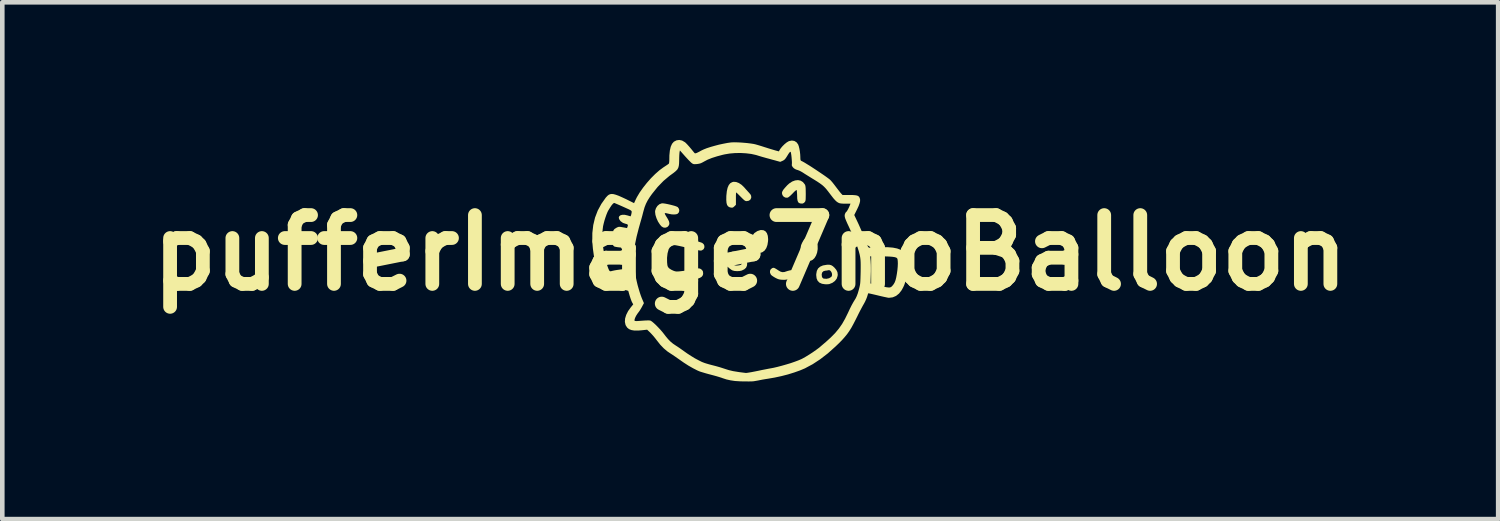
<source format=kicad_pcb>
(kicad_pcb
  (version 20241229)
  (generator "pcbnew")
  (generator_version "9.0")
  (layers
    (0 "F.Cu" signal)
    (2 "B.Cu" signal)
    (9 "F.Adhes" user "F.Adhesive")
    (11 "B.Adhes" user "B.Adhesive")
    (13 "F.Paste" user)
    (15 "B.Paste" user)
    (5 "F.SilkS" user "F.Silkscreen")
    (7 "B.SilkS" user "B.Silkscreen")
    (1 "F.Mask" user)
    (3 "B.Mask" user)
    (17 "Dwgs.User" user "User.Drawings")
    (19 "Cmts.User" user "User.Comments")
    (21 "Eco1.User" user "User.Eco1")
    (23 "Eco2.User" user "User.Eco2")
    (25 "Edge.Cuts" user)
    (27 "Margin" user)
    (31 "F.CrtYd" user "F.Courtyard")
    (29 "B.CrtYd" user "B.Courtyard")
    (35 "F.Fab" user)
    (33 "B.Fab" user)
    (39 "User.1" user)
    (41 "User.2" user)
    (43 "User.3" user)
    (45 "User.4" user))
  (footprint "pufferImage7noBalloon"
    (layer "F.Cu")
    (at 13.154 2.459)
    (property "Reference" "pufferImage7noBalloon" (at 0.146 0 0) (layer "F.SilkS") (effects (font (size 1.5 1.5) (thickness 0.3))))
    (attr board_only exclude_from_pos_files exclude_from_bom)
    (fp_poly (pts (xy 0.369 -0.495) (xy 0.301 -0.473) (xy 0.238 -0.431) (xy 0.232 -0.425) (xy 0.207 -0.392) (xy 0.185 -0.344) (xy 0.169 -0.29) (xy 0.161 -0.237) (xy 0.162 -0.199) (xy 0.173 -0.157) (xy 0.194 -0.109) (xy 0.218 -0.064) (xy 0.243 -0.031) (xy 0.247 -0.027) (xy 0.283 -0.007) (xy 0.331 0.001) (xy 0.38 -0.002) (xy 0.411 -0.013) (xy 0.459 -0.048) (xy 0.496 -0.102) (xy 0.521 -0.171) (xy 0.534 -0.253) (xy 0.536 -0.297) (xy 0.529 -0.37) (xy 0.509 -0.428) (xy 0.477 -0.469) (xy 0.434 -0.492) (xy 0.381 -0.496)) (stroke (width 0) (type solid)) (fill yes) (layer "F.SilkS"))
    (fp_poly (pts (xy 1.396 -0.353) (xy 1.351 -0.326) (xy 1.311 -0.278) (xy 1.281 -0.226) (xy 1.262 -0.185) (xy 1.251 -0.152) (xy 1.246 -0.117) (xy 1.244 -0.07) (xy 1.244 -0.056) (xy 1.245 -0.007) (xy 1.248 0.026) (xy 1.256 0.051) (xy 1.268 0.074) (xy 1.274 0.082) (xy 1.318 0.131) (xy 1.368 0.163) (xy 1.421 0.176) (xy 1.473 0.17) (xy 1.507 0.153) (xy 1.546 0.116) (xy 1.579 0.062) (xy 1.603 -0.002) (xy 1.615 -0.072) (xy 1.616 -0.084) (xy 1.615 -0.158) (xy 1.604 -0.218) (xy 1.579 -0.269) (xy 1.545 -0.311) (xy 1.516 -0.34) (xy 1.494 -0.355) (xy 1.47 -0.361) (xy 1.448 -0.362)) (stroke (width 0) (type solid)) (fill yes) (layer "F.SilkS"))
    (fp_poly (pts (xy 0.633 0.331) (xy 0.626 0.334) (xy 0.594 0.358) (xy 0.577 0.393) (xy 0.577 0.433) (xy 0.594 0.473) (xy 0.602 0.483) (xy 0.62 0.499) (xy 0.651 0.52) (xy 0.689 0.543) (xy 0.691 0.544) (xy 0.735 0.566) (xy 0.772 0.579) (xy 0.813 0.586) (xy 0.847 0.588) (xy 0.899 0.589) (xy 0.938 0.584) (xy 0.97 0.574) (xy 0.977 0.571) (xy 1.011 0.548) (xy 1.045 0.516) (xy 1.073 0.48) (xy 1.09 0.447) (xy 1.094 0.429) (xy 1.085 0.399) (xy 1.061 0.383) (xy 1.02 0.381) (xy 0.965 0.395) (xy 0.946 0.401) (xy 0.891 0.419) (xy 0.847 0.422) (xy 0.806 0.411) (xy 0.765 0.387) (xy 0.72 0.358) (xy 0.688 0.339) (xy 0.666 0.329) (xy 0.649 0.327)) (stroke (width 0) (type solid)) (fill yes) (layer "F.SilkS"))
    (fp_poly (pts (xy -1.78 -1.078) (xy -1.832 -1.059) (xy -1.876 -1.022) (xy -1.908 -0.973) (xy -1.926 -0.917) (xy -1.928 -0.892) (xy -1.92 -0.826) (xy -1.897 -0.753) (xy -1.864 -0.68) (xy -1.821 -0.614) (xy -1.791 -0.578) (xy -1.751 -0.552) (xy -1.708 -0.546) (xy -1.666 -0.559) (xy -1.645 -0.576) (xy -1.622 -0.608) (xy -1.616 -0.644) (xy -1.625 -0.687) (xy -1.652 -0.74) (xy -1.666 -0.763) (xy -1.689 -0.8) (xy -1.707 -0.832) (xy -1.716 -0.852) (xy -1.716 -0.855) (xy -1.715 -0.862) (xy -1.707 -0.865) (xy -1.69 -0.864) (xy -1.66 -0.857) (xy -1.612 -0.846) (xy -1.563 -0.837) (xy -1.512 -0.835) (xy -1.468 -0.839) (xy -1.439 -0.849) (xy -1.411 -0.878) (xy -1.4 -0.915) (xy -1.406 -0.955) (xy -1.43 -0.991) (xy -1.434 -0.995) (xy -1.455 -1.006) (xy -1.492 -1.02) (xy -1.542 -1.034) (xy -1.597 -1.048) (xy -1.654 -1.061) (xy -1.706 -1.071) (xy -1.749 -1.077) (xy -1.778 -1.078)) (stroke (width 0) (type solid)) (fill yes) (layer "F.SilkS"))
    (fp_poly (pts (xy -0.248 -1.539) (xy -0.29 -1.515) (xy -0.322 -1.475) (xy -0.347 -1.418) (xy -0.364 -1.343) (xy -0.374 -1.248) (xy -0.375 -1.231) (xy -0.376 -1.15) (xy -0.371 -1.088) (xy -0.359 -1.043) (xy -0.337 -1.012) (xy -0.306 -0.993) (xy -0.274 -0.985) (xy -0.245 -0.983) (xy -0.223 -0.992) (xy -0.2 -1.012) (xy -0.166 -1.046) (xy -0.166 -1.181) (xy -0.166 -1.233) (xy -0.165 -1.275) (xy -0.163 -1.305) (xy -0.16 -1.316) (xy -0.16 -1.316) (xy -0.151 -1.308) (xy -0.129 -1.288) (xy -0.098 -1.257) (xy -0.062 -1.221) (xy -0.021 -1.18) (xy 0.008 -1.153) (xy 0.03 -1.136) (xy 0.049 -1.128) (xy 0.067 -1.126) (xy 0.07 -1.126) (xy 0.116 -1.135) (xy 0.149 -1.159) (xy 0.167 -1.197) (xy 0.168 -1.215) (xy 0.165 -1.243) (xy 0.153 -1.269) (xy 0.128 -1.299) (xy 0.121 -1.307) (xy 0.089 -1.342) (xy 0.051 -1.384) (xy 0.017 -1.423) (xy -0.041 -1.48) (xy -0.101 -1.52) (xy -0.161 -1.543) (xy -0.217 -1.547)) (stroke (width 0) (type solid)) (fill yes) (layer "F.SilkS"))
    (fp_poly (pts (xy 1.82 0.261) (xy 1.81 0.262) (xy 1.73 0.276) (xy 1.669 0.303) (xy 1.624 0.342) (xy 1.597 0.395) (xy 1.585 0.463) (xy 1.584 0.486) (xy 1.592 0.557) (xy 1.615 0.611) (xy 1.653 0.65) (xy 1.709 0.675) (xy 1.771 0.685) (xy 1.813 0.687) (xy 1.851 0.684) (xy 1.869 0.682) (xy 1.938 0.654) (xy 1.992 0.614) (xy 2.031 0.563) (xy 2.05 0.504) (xy 2.051 0.491) (xy 1.929 0.491) (xy 1.917 0.52) (xy 1.91 0.527) (xy 1.864 0.555) (xy 1.809 0.567) (xy 1.75 0.563) (xy 1.743 0.562) (xy 1.72 0.544) (xy 1.708 0.519) (xy 1.703 0.469) (xy 1.714 0.429) (xy 1.741 0.402) (xy 1.781 0.39) (xy 1.787 0.39) (xy 1.822 0.386) (xy 1.845 0.38) (xy 1.873 0.379) (xy 1.897 0.395) (xy 1.916 0.423) (xy 1.928 0.457) (xy 1.929 0.491) (xy 2.051 0.491) (xy 2.053 0.475) (xy 2.046 0.421) (xy 2.022 0.373) (xy 1.988 0.331) (xy 1.947 0.292) (xy 1.91 0.27) (xy 1.87 0.26)) (stroke (width 0) (type solid)) (fill yes) (layer "F.SilkS"))
    (fp_poly (pts (xy 1.125 -1.577) (xy 1.06 -1.553) (xy 0.996 -1.511) (xy 0.952 -1.471) (xy 0.901 -1.415) (xy 0.865 -1.371) (xy 0.845 -1.335) (xy 0.837 -1.306) (xy 0.837 -1.302) (xy 0.847 -1.259) (xy 0.872 -1.225) (xy 0.908 -1.204) (xy 0.949 -1.2) (xy 0.969 -1.205) (xy 0.989 -1.218) (xy 1.019 -1.243) (xy 1.054 -1.277) (xy 1.073 -1.296) (xy 1.105 -1.33) (xy 1.133 -1.354) (xy 1.151 -1.367) (xy 1.157 -1.368) (xy 1.161 -1.353) (xy 1.164 -1.322) (xy 1.167 -1.278) (xy 1.168 -1.247) (xy 1.17 -1.18) (xy 1.178 -1.133) (xy 1.192 -1.101) (xy 1.214 -1.083) (xy 1.246 -1.074) (xy 1.257 -1.073) (xy 1.291 -1.074) (xy 1.316 -1.087) (xy 1.328 -1.099) (xy 1.339 -1.111) (xy 1.346 -1.124) (xy 1.351 -1.142) (xy 1.354 -1.168) (xy 1.355 -1.207) (xy 1.356 -1.263) (xy 1.356 -1.292) (xy 1.355 -1.357) (xy 1.354 -1.404) (xy 1.351 -1.438) (xy 1.347 -1.462) (xy 1.34 -1.481) (xy 1.333 -1.494) (xy 1.293 -1.542) (xy 1.244 -1.572) (xy 1.187 -1.584)) (stroke (width 0) (type solid)) (fill yes) (layer "F.SilkS"))
    (fp_poly (pts (xy -0.241 -0.024) (xy -0.3 -0.003) (xy -0.35 0.036) (xy -0.365 0.055) (xy -0.398 0.115) (xy -0.409 0.173) (xy -0.397 0.23) (xy -0.363 0.285) (xy -0.333 0.317) (xy -0.298 0.347) (xy -0.263 0.372) (xy -0.239 0.385) (xy -0.197 0.396) (xy -0.144 0.4) (xy -0.09 0.398) (xy -0.045 0.389) (xy -0.038 0.387) (xy 0.018 0.359) (xy 0.055 0.325) (xy 0.074 0.282) (xy 0.079 0.241) (xy -0.037 0.241) (xy -0.056 0.261) (xy -0.094 0.273) (xy -0.146 0.278) (xy -0.18 0.276) (xy -0.205 0.268) (xy -0.231 0.248) (xy -0.244 0.236) (xy -0.274 0.204) (xy -0.286 0.178) (xy -0.282 0.154) (xy -0.264 0.129) (xy -0.245 0.112) (xy -0.221 0.103) (xy -0.185 0.099) (xy -0.175 0.099) (xy -0.136 0.1) (xy -0.106 0.105) (xy -0.095 0.11) (xy -0.079 0.13) (xy -0.062 0.161) (xy -0.047 0.195) (xy -0.038 0.225) (xy -0.037 0.241) (xy 0.079 0.241) (xy 0.079 0.236) (xy 0.073 0.197) (xy 0.057 0.151) (xy 0.033 0.105) (xy 0.006 0.064) (xy -0.023 0.031) (xy -0.049 0.013) (xy -0.06 0.011) (xy -0.073 0.007) (xy -0.1 -0.004) (xy -0.118 -0.012) (xy -0.178 -0.028)) (stroke (width 0) (type solid)) (fill yes) (layer "F.SilkS"))
    (fp_poly (pts (xy -1.552 -0.359) (xy -1.597 -0.353) (xy -1.638 -0.34) (xy -1.677 -0.321) (xy -1.716 -0.297) (xy -1.73 -0.286) (xy -1.778 -0.238) (xy -1.817 -0.17) (xy -1.847 -0.084) (xy -1.868 0.019) (xy -1.879 0.138) (xy -1.88 0.152) (xy -1.882 0.217) (xy -1.882 0.266) (xy -1.88 0.303) (xy -1.874 0.335) (xy -1.866 0.362) (xy -1.832 0.435) (xy -1.778 0.5) (xy -1.705 0.555) (xy -1.616 0.599) (xy -1.561 0.618) (xy -1.527 0.626) (xy -1.493 0.631) (xy -1.455 0.633) (xy -1.409 0.631) (xy -1.349 0.625) (xy -1.273 0.616) (xy -1.259 0.614) (xy -1.153 0.598) (xy -1.067 0.582) (xy -1 0.565) (xy -0.95 0.546) (xy -0.915 0.525) (xy -0.893 0.499) (xy -0.882 0.47) (xy -0.88 0.447) (xy -0.885 0.406) (xy -0.904 0.376) (xy -0.907 0.373) (xy -0.934 0.352) (xy -0.964 0.341) (xy -1.003 0.34) (xy -1.054 0.348) (xy -1.083 0.355) (xy -1.132 0.365) (xy -1.194 0.377) (xy -1.262 0.388) (xy -1.321 0.396) (xy -1.381 0.403) (xy -1.423 0.407) (xy -1.454 0.408) (xy -1.477 0.406) (xy -1.499 0.401) (xy -1.525 0.392) (xy -1.53 0.39) (xy -1.571 0.371) (xy -1.608 0.348) (xy -1.626 0.334) (xy -1.642 0.315) (xy -1.653 0.295) (xy -1.66 0.268) (xy -1.664 0.226) (xy -1.666 0.207) (xy -1.667 0.108) (xy -1.656 0.011) (xy -1.632 -0.076) (xy -1.63 -0.081) (xy -1.604 -0.119) (xy -1.565 -0.149) (xy -1.52 -0.165) (xy -1.502 -0.167) (xy -1.483 -0.165) (xy -1.446 -0.158) (xy -1.396 -0.148) (xy -1.338 -0.135) (xy -1.304 -0.127) (xy -1.205 -0.104) (xy -1.125 -0.086) (xy -1.063 -0.071) (xy -1.015 -0.061) (xy -0.98 -0.054) (xy -0.954 -0.05) (xy -0.937 -0.048) (xy -0.924 -0.049) (xy -0.915 -0.051) (xy -0.906 -0.054) (xy -0.903 -0.056) (xy -0.87 -0.079) (xy -0.854 -0.112) (xy -0.853 -0.15) (xy -0.867 -0.185) (xy -0.896 -0.212) (xy -0.908 -0.218) (xy -0.935 -0.228) (xy -0.976 -0.241) (xy -1.025 -0.255) (xy -1.049 -0.262) (xy -1.172 -0.294) (xy -1.276 -0.321) (xy -1.364 -0.34) (xy -1.437 -0.353) (xy -1.499 -0.359)) (stroke (width 0) (type solid)) (fill yes) (layer "F.SilkS"))
    (fp_poly (pts (xy -1.46 -2.451) (xy -1.516 -2.422) (xy -1.52 -2.419) (xy -1.558 -2.375) (xy -1.587 -2.311) (xy -1.606 -2.227) (xy -1.616 -2.125) (xy -1.617 -2.061) (xy -1.618 -2) (xy -1.622 -1.961) (xy -1.629 -1.941) (xy -1.63 -1.94) (xy -1.644 -1.93) (xy -1.673 -1.91) (xy -1.712 -1.884) (xy -1.747 -1.861) (xy -1.834 -1.797) (xy -1.925 -1.717) (xy -2.018 -1.624) (xy -2.107 -1.523) (xy -2.19 -1.418) (xy -2.264 -1.313) (xy -2.324 -1.212) (xy -2.348 -1.164) (xy -2.386 -1.082) (xy -2.45 -1.114) (xy -2.556 -1.167) (xy -2.646 -1.209) (xy -2.72 -1.242) (xy -2.781 -1.264) (xy -2.831 -1.278) (xy -2.872 -1.282) (xy -2.907 -1.277) (xy -2.937 -1.264) (xy -2.964 -1.243) (xy -2.991 -1.214) (xy -3.002 -1.202) (xy -3.099 -1.065) (xy -3.177 -0.921) (xy -3.236 -0.767) (xy -3.275 -0.604) (xy -3.295 -0.431) (xy -3.296 -0.247) (xy -3.283 -0.09) (xy -3.262 0.061) (xy -3.234 0.195) (xy -3.199 0.318) (xy -3.155 0.435) (xy -3.138 0.474) (xy -3.101 0.543) (xy -3.06 0.592) (xy -3.014 0.62) (xy -2.96 0.63) (xy -2.898 0.622) (xy -2.889 0.619) (xy -2.814 0.6) (xy -2.737 0.583) (xy -2.666 0.57) (xy -2.628 0.564) (xy -2.596 0.562) (xy -2.579 0.564) (xy -2.572 0.575) (xy -2.57 0.583) (xy -2.55 0.677) (xy -2.528 0.77) (xy -2.504 0.858) (xy -2.481 0.938) (xy -2.459 1.006) (xy -2.439 1.058) (xy -2.427 1.083) (xy -2.404 1.124) (xy -2.457 1.189) (xy -2.516 1.271) (xy -2.557 1.353) (xy -2.581 1.432) (xy -2.586 1.505) (xy -2.572 1.57) (xy -2.565 1.585) (xy -2.536 1.63) (xy -2.496 1.663) (xy -2.444 1.684) (xy -2.377 1.695) (xy -2.294 1.695) (xy -2.222 1.689) (xy -2.101 1.676) (xy -2.035 1.738) (xy -2.001 1.774) (xy -1.959 1.821) (xy -1.917 1.873) (xy -1.891 1.907) (xy -1.814 2.004) (xy -1.738 2.083) (xy -1.66 2.149) (xy -1.596 2.192) (xy -1.548 2.223) (xy -1.492 2.261) (xy -1.435 2.301) (xy -1.409 2.319) (xy -1.305 2.392) (xy -1.201 2.459) (xy -1.101 2.516) (xy -1.009 2.563) (xy -0.966 2.582) (xy -0.932 2.594) (xy -0.882 2.609) (xy -0.822 2.627) (xy -0.757 2.645) (xy -0.726 2.653) (xy -0.658 2.671) (xy -0.589 2.69) (xy -0.526 2.709) (xy -0.476 2.725) (xy -0.461 2.731) (xy -0.372 2.76) (xy -0.282 2.78) (xy -0.187 2.794) (xy -0.079 2.801) (xy -0.01 2.803) (xy 0.053 2.803) (xy 0.111 2.804) (xy 0.16 2.803) (xy 0.193 2.802) (xy 0.202 2.802) (xy 0.23 2.798) (xy 0.273 2.791) (xy 0.323 2.782) (xy 0.347 2.777) (xy 0.407 2.765) (xy 0.471 2.754) (xy 0.529 2.745) (xy 0.542 2.743) (xy 0.68 2.719) (xy 0.824 2.688) (xy 0.968 2.651) (xy 1.106 2.608) (xy 1.233 2.563) (xy 1.344 2.516) (xy 1.346 2.514) (xy 1.507 2.428) (xy 1.67 2.321) (xy 1.836 2.193) (xy 2.004 2.043) (xy 2.076 1.974) (xy 2.145 1.904) (xy 2.203 1.839) (xy 2.255 1.776) (xy 2.302 1.71) (xy 2.348 1.637) (xy 2.394 1.553) (xy 2.445 1.454) (xy 2.472 1.4) (xy 2.506 1.331) (xy 2.54 1.264) (xy 2.572 1.204) (xy 2.599 1.154) (xy 2.619 1.119) (xy 2.621 1.116) (xy 2.648 1.066) (xy 2.674 1.009) (xy 2.691 0.965) (xy 2.703 0.927) (xy 2.712 0.897) (xy 2.718 0.883) (xy 2.718 0.882) (xy 2.729 0.884) (xy 2.758 0.89) (xy 2.803 0.9) (xy 2.859 0.913) (xy 2.923 0.928) (xy 2.93 0.93) (xy 2.997 0.946) (xy 3.059 0.96) (xy 3.111 0.971) (xy 3.149 0.979) (xy 3.17 0.981) (xy 3.17 0.981) (xy 3.251 0.971) (xy 3.324 0.94) (xy 3.389 0.888) (xy 3.445 0.816) (xy 3.479 0.754) (xy 3.497 0.715) (xy 3.511 0.679) (xy 3.523 0.64) (xy 3.533 0.593) (xy 3.543 0.532) (xy 3.549 0.491) (xy 3.565 0.368) (xy 3.572 0.265) (xy 3.572 0.236) (xy 3.363 0.236) (xy 3.36 0.304) (xy 3.353 0.379) (xy 3.342 0.457) (xy 3.328 0.535) (xy 3.313 0.596) (xy 3.295 0.644) (xy 3.272 0.684) (xy 3.246 0.717) (xy 3.228 0.736) (xy 3.209 0.749) (xy 3.186 0.756) (xy 3.156 0.756) (xy 3.115 0.751) (xy 3.059 0.739) (xy 2.986 0.722) (xy 2.98 0.72) (xy 2.922 0.706) (xy 2.87 0.693) (xy 2.828 0.683) (xy 2.801 0.677) (xy 2.797 0.676) (xy 2.767 0.669) (xy 2.773 0.477) (xy 2.775 0.404) (xy 2.775 0.33) (xy 2.774 0.263) (xy 2.553 0.263) (xy 2.553 0.331) (xy 2.552 0.418) (xy 2.552 0.418) (xy 2.55 0.502) (xy 2.548 0.567) (xy 2.546 0.618) (xy 2.543 0.66) (xy 2.538 0.697) (xy 2.531 0.732) (xy 2.522 0.77) (xy 2.512 0.808) (xy 2.49 0.884) (xy 2.466 0.947) (xy 2.444 0.993) (xy 2.441 0.998) (xy 2.395 1.073) (xy 2.355 1.145) (xy 2.317 1.221) (xy 2.277 1.307) (xy 2.213 1.437) (xy 2.148 1.551) (xy 2.077 1.653) (xy 1.996 1.75) (xy 1.902 1.845) (xy 1.851 1.892) (xy 1.799 1.939) (xy 1.746 1.984) (xy 1.698 2.025) (xy 1.66 2.058) (xy 1.644 2.071) (xy 1.579 2.119) (xy 1.506 2.17) (xy 1.429 2.22) (xy 1.354 2.266) (xy 1.288 2.303) (xy 1.256 2.319) (xy 1.195 2.345) (xy 1.117 2.374) (xy 1.028 2.405) (xy 0.931 2.434) (xy 0.833 2.462) (xy 0.738 2.487) (xy 0.652 2.507) (xy 0.609 2.515) (xy 0.538 2.528) (xy 0.462 2.543) (xy 0.389 2.557) (xy 0.33 2.57) (xy 0.25 2.586) (xy 0.173 2.601) (xy 0.107 2.612) (xy 0.059 2.619) (xy 0.044 2.618) (xy 0.011 2.614) (xy -0.036 2.608) (xy -0.092 2.601) (xy -0.117 2.597) (xy -0.227 2.579) (xy -0.32 2.557) (xy -0.387 2.536) (xy -0.445 2.517) (xy -0.514 2.495) (xy -0.584 2.475) (xy -0.629 2.463) (xy -0.691 2.447) (xy -0.755 2.43) (xy -0.812 2.413) (xy -0.847 2.402) (xy -0.907 2.379) (xy -0.979 2.343) (xy -1.06 2.3) (xy -1.143 2.249) (xy -1.225 2.196) (xy -1.29 2.15) (xy -1.342 2.113) (xy -1.397 2.074) (xy -1.448 2.04) (xy -1.473 2.024) (xy -1.537 1.981) (xy -1.592 1.935) (xy -1.645 1.881) (xy -1.7 1.815) (xy -1.728 1.778) (xy -1.768 1.727) (xy -1.815 1.673) (xy -1.864 1.621) (xy -1.912 1.572) (xy -1.958 1.53) (xy -1.996 1.498) (xy -2.025 1.48) (xy -2.033 1.477) (xy -2.058 1.474) (xy -2.098 1.474) (xy -2.147 1.476) (xy -2.178 1.478) (xy -2.249 1.483) (xy -2.301 1.487) (xy -2.337 1.488) (xy -2.36 1.486) (xy -2.372 1.482) (xy -2.377 1.474) (xy -2.377 1.464) (xy -2.376 1.461) (xy -2.365 1.422) (xy -2.342 1.374) (xy -2.309 1.323) (xy -2.29 1.298) (xy -2.265 1.264) (xy -2.238 1.22) (xy -2.212 1.175) (xy -2.212 1.174) (xy -2.171 1.097) (xy -2.216 0.992) (xy -2.238 0.934) (xy -2.262 0.863) (xy -2.286 0.783) (xy -2.309 0.702) (xy -2.327 0.626) (xy -2.341 0.561) (xy -2.346 0.53) (xy -2.351 0.495) (xy -2.359 0.446) (xy -2.369 0.39) (xy -2.376 0.351) (xy -2.391 0.234) (xy -2.395 0.106) (xy -2.386 -0.032) (xy -2.365 -0.184) (xy -2.331 -0.35) (xy -2.284 -0.533) (xy -2.268 -0.59) (xy -2.247 -0.665) (xy -2.225 -0.741) (xy -2.205 -0.814) (xy -2.189 -0.877) (xy -2.186 -0.888) (xy -2.438 -0.888) (xy -2.438 -0.884) (xy -2.444 -0.849) (xy -2.451 -0.821) (xy -2.462 -0.794) (xy -2.529 -0.814) (xy -2.59 -0.828) (xy -2.642 -0.828) (xy -2.682 -0.817) (xy -2.708 -0.797) (xy -2.719 -0.769) (xy -2.712 -0.735) (xy -2.685 -0.696) (xy -2.678 -0.688) (xy -2.629 -0.652) (xy -2.577 -0.634) (xy -2.541 -0.624) (xy -2.523 -0.611) (xy -2.521 -0.591) (xy -2.529 -0.566) (xy -2.539 -0.539) (xy -2.629 -0.555) (xy -2.673 -0.563) (xy -2.703 -0.566) (xy -2.726 -0.564) (xy -2.748 -0.556) (xy -2.77 -0.545) (xy -2.812 -0.518) (xy -2.836 -0.488) (xy -2.84 -0.458) (xy -2.839 -0.453) (xy -2.826 -0.437) (xy -2.801 -0.416) (xy -2.786 -0.405) (xy -2.751 -0.386) (xy -2.711 -0.375) (xy -2.66 -0.369) (xy -2.619 -0.365) (xy -2.595 -0.361) (xy -2.585 -0.354) (xy -2.583 -0.342) (xy -2.583 -0.335) (xy -2.586 -0.314) (xy -2.589 -0.306) (xy -2.6 -0.303) (xy -2.629 -0.3) (xy -2.67 -0.295) (xy -2.7 -0.292) (xy -2.749 -0.286) (xy -2.79 -0.279) (xy -2.819 -0.271) (xy -2.827 -0.267) (xy -2.85 -0.236) (xy -2.856 -0.2) (xy -2.846 -0.166) (xy -2.821 -0.14) (xy -2.811 -0.135) (xy -2.785 -0.129) (xy -2.745 -0.122) (xy -2.7 -0.117) (xy -2.694 -0.116) (xy -2.649 -0.112) (xy -2.624 -0.106) (xy -2.613 -0.1) (xy -2.613 -0.092) (xy -2.617 -0.07) (xy -2.619 -0.039) (xy -2.619 -0.038) (xy -2.619 0.001) (xy -2.683 -0.002) (xy -2.743 -0.000202) (xy -2.788 0.01) (xy -2.822 0.03) (xy -2.824 0.032) (xy -2.85 0.067) (xy -2.859 0.108) (xy -2.851 0.148) (xy -2.828 0.181) (xy -2.803 0.196) (xy -2.767 0.205) (xy -2.732 0.206) (xy -2.731 0.206) (xy -2.685 0.198) (xy -2.655 0.195) (xy -2.639 0.199) (xy -2.63 0.213) (xy -2.625 0.24) (xy -2.621 0.271) (xy -2.616 0.31) (xy -2.612 0.339) (xy -2.612 0.353) (xy -2.612 0.353) (xy -2.623 0.355) (xy -2.652 0.36) (xy -2.691 0.365) (xy -2.709 0.368) (xy -2.761 0.375) (xy -2.813 0.384) (xy -2.854 0.393) (xy -2.859 0.394) (xy -2.885 0.401) (xy -2.903 0.403) (xy -2.918 0.397) (xy -2.93 0.38) (xy -2.944 0.35) (xy -2.961 0.304) (xy -2.974 0.267) (xy -3.01 0.148) (xy -3.039 0.018) (xy -3.06 -0.117) (xy -3.072 -0.252) (xy -3.076 -0.382) (xy -3.071 -0.501) (xy -3.061 -0.58) (xy -3.048 -0.637) (xy -3.031 -0.702) (xy -3.01 -0.768) (xy -2.988 -0.831) (xy -2.967 -0.883) (xy -2.952 -0.914) (xy -2.908 -0.986) (xy -2.873 -1.038) (xy -2.845 -1.07) (xy -2.824 -1.085) (xy -2.816 -1.086) (xy -2.799 -1.079) (xy -2.766 -1.065) (xy -2.719 -1.045) (xy -2.664 -1.021) (xy -2.615 -0.999) (xy -2.551 -0.97) (xy -2.504 -0.949) (xy -2.472 -0.933) (xy -2.452 -0.92) (xy -2.442 -0.91) (xy -2.438 -0.9) (xy -2.438 -0.888) (xy -2.186 -0.888) (xy -2.179 -0.914) (xy -2.156 -0.994) (xy -2.127 -1.067) (xy -2.091 -1.138) (xy -2.044 -1.213) (xy -1.995 -1.282) (xy -1.872 -1.435) (xy -1.745 -1.566) (xy -1.613 -1.677) (xy -1.584 -1.698) (xy -1.522 -1.743) (xy -1.476 -1.781) (xy -1.443 -1.815) (xy -1.423 -1.851) (xy -1.411 -1.893) (xy -1.405 -1.944) (xy -1.403 -2.01) (xy -1.403 -2.018) (xy -1.402 -2.074) (xy -1.4 -2.126) (xy -1.397 -2.168) (xy -1.395 -2.189) (xy -1.387 -2.231) (xy -1.279 -2.109) (xy -1.237 -2.063) (xy -1.197 -2.02) (xy -1.162 -1.985) (xy -1.137 -1.961) (xy -1.132 -1.957) (xy -1.109 -1.941) (xy -1.089 -1.933) (xy -1.064 -1.931) (xy -1.027 -1.933) (xy -1.014 -1.934) (xy -0.969 -1.941) (xy -0.93 -1.952) (xy -0.889 -1.972) (xy -0.855 -1.991) (xy -0.781 -2.03) (xy -0.688 -2.067) (xy -0.578 -2.102) (xy -0.455 -2.135) (xy -0.41 -2.145) (xy -0.303 -2.163) (xy -0.186 -2.173) (xy -0.064 -2.175) (xy 0.056 -2.168) (xy 0.169 -2.154) (xy 0.268 -2.132) (xy 0.289 -2.126) (xy 0.337 -2.111) (xy 0.397 -2.093) (xy 0.461 -2.075) (xy 0.503 -2.063) (xy 0.564 -2.047) (xy 0.627 -2.029) (xy 0.684 -2.014) (xy 0.715 -2.005) (xy 0.8 -1.982) (xy 0.851 -2.004) (xy 0.88 -2.02) (xy 0.903 -2.04) (xy 0.926 -2.07) (xy 0.949 -2.106) (xy 0.979 -2.155) (xy 1.001 -2.186) (xy 1.016 -2.2) (xy 1.026 -2.199) (xy 1.031 -2.189) (xy 1.036 -2.163) (xy 1.042 -2.124) (xy 1.047 -2.077) (xy 1.051 -2.029) (xy 1.054 -1.986) (xy 1.055 -1.952) (xy 1.053 -1.935) (xy 1.052 -1.904) (xy 1.069 -1.871) (xy 1.099 -1.84) (xy 1.14 -1.816) (xy 1.183 -1.802) (xy 1.211 -1.792) (xy 1.25 -1.773) (xy 1.291 -1.749) (xy 1.294 -1.747) (xy 1.329 -1.724) (xy 1.377 -1.694) (xy 1.435 -1.658) (xy 1.496 -1.62) (xy 1.534 -1.597) (xy 1.608 -1.551) (xy 1.666 -1.512) (xy 1.712 -1.478) (xy 1.752 -1.443) (xy 1.788 -1.406) (xy 1.825 -1.361) (xy 1.856 -1.321) (xy 1.912 -1.248) (xy 1.957 -1.19) (xy 1.996 -1.146) (xy 2.029 -1.115) (xy 2.06 -1.094) (xy 2.093 -1.08) (xy 2.128 -1.074) (xy 2.171 -1.071) (xy 2.213 -1.07) (xy 2.331 -1.07) (xy 2.319 -1.04) (xy 2.304 -1.004) (xy 2.286 -0.965) (xy 2.267 -0.93) (xy 2.251 -0.904) (xy 2.24 -0.892) (xy 2.239 -0.892) (xy 2.229 -0.883) (xy 2.217 -0.86) (xy 2.213 -0.853) (xy 2.206 -0.831) (xy 2.204 -0.808) (xy 2.207 -0.781) (xy 2.216 -0.748) (xy 2.234 -0.703) (xy 2.259 -0.645) (xy 2.293 -0.573) (xy 2.349 -0.451) (xy 2.4 -0.333) (xy 2.445 -0.223) (xy 2.483 -0.122) (xy 2.512 -0.033) (xy 2.531 0.039) (xy 2.533 0.049) (xy 2.541 0.089) (xy 2.546 0.126) (xy 2.55 0.165) (xy 2.552 0.209) (xy 2.553 0.263) (xy 2.774 0.263) (xy 2.774 0.261) (xy 2.771 0.204) (xy 2.77 0.181) (xy 2.76 0.078) (xy 2.984 0.078) (xy 3.09 0.079) (xy 3.175 0.082) (xy 3.241 0.087) (xy 3.29 0.094) (xy 3.325 0.104) (xy 3.345 0.117) (xy 3.346 0.118) (xy 3.356 0.14) (xy 3.361 0.181) (xy 3.363 0.236) (xy 3.572 0.236) (xy 3.571 0.179) (xy 3.56 0.107) (xy 3.54 0.049) (xy 3.51 0.002) (xy 3.469 -0.036) (xy 3.419 -0.067) (xy 3.347 -0.094) (xy 3.257 -0.112) (xy 3.152 -0.121) (xy 3.035 -0.122) (xy 2.908 -0.113) (xy 2.894 -0.112) (xy 2.845 -0.108) (xy 2.799 -0.106) (xy 2.763 -0.108) (xy 2.761 -0.108) (xy 2.736 -0.112) (xy 2.721 -0.121) (xy 2.709 -0.139) (xy 2.696 -0.171) (xy 2.692 -0.182) (xy 2.667 -0.249) (xy 2.634 -0.331) (xy 2.596 -0.422) (xy 2.554 -0.518) (xy 2.512 -0.613) (xy 2.485 -0.671) (xy 2.413 -0.823) (xy 2.474 -0.946) (xy 2.508 -1.019) (xy 2.529 -1.078) (xy 2.54 -1.124) (xy 2.54 -1.163) (xy 2.532 -1.193) (xy 2.519 -1.218) (xy 2.5 -1.236) (xy 2.473 -1.248) (xy 2.433 -1.255) (xy 2.378 -1.259) (xy 2.306 -1.26) (xy 2.157 -1.26) (xy 2.123 -1.296) (xy 2.103 -1.32) (xy 2.074 -1.357) (xy 2.04 -1.401) (xy 2.012 -1.438) (xy 1.976 -1.485) (xy 1.94 -1.531) (xy 1.908 -1.568) (xy 1.89 -1.587) (xy 1.867 -1.607) (xy 1.828 -1.636) (xy 1.777 -1.673) (xy 1.716 -1.715) (xy 1.649 -1.76) (xy 1.579 -1.807) (xy 1.509 -1.853) (xy 1.443 -1.896) (xy 1.382 -1.933) (xy 1.332 -1.964) (xy 1.293 -1.986) (xy 1.275 -1.995) (xy 1.256 -2.004) (xy 1.245 -2.015) (xy 1.24 -2.033) (xy 1.238 -2.066) (xy 1.238 -2.084) (xy 1.235 -2.143) (xy 1.228 -2.207) (xy 1.217 -2.269) (xy 1.204 -2.322) (xy 1.19 -2.36) (xy 1.19 -2.361) (xy 1.155 -2.408) (xy 1.108 -2.437) (xy 1.054 -2.446) (xy 0.995 -2.435) (xy 0.983 -2.43) (xy 0.942 -2.406) (xy 0.896 -2.369) (xy 0.851 -2.325) (xy 0.812 -2.279) (xy 0.787 -2.241) (xy 0.771 -2.21) (xy 0.695 -2.23) (xy 0.655 -2.242) (xy 0.601 -2.258) (xy 0.539 -2.277) (xy 0.477 -2.297) (xy 0.475 -2.297) (xy 0.414 -2.317) (xy 0.353 -2.336) (xy 0.299 -2.352) (xy 0.259 -2.363) (xy 0.257 -2.364) (xy 0.214 -2.373) (xy 0.154 -2.382) (xy 0.081 -2.391) (xy 0.003 -2.398) (xy -0.077 -2.404) (xy -0.153 -2.407) (xy -0.21 -2.408) (xy -0.273 -2.405) (xy -0.351 -2.394) (xy -0.439 -2.377) (xy -0.533 -2.357) (xy -0.628 -2.332) (xy -0.719 -2.306) (xy -0.802 -2.279) (xy -0.872 -2.251) (xy -0.924 -2.226) (xy -0.963 -2.204) (xy -1.001 -2.185) (xy -1.022 -2.175) (xy -1.048 -2.167) (xy -1.064 -2.17) (xy -1.08 -2.188) (xy -1.081 -2.189) (xy -1.136 -2.257) (xy -1.186 -2.316) (xy -1.23 -2.365) (xy -1.265 -2.4) (xy -1.279 -2.411) (xy -1.339 -2.446) (xy -1.4 -2.459)) (stroke (width 0) (type solid)) (fill yes) (layer "F.SilkS")))
  (gr_rect
    (start -3 -3)
    (end 29.6 8.263)
    (stroke (width 0.1) (type default))
    (fill no)
    (layer "Edge.Cuts")))
</source>
